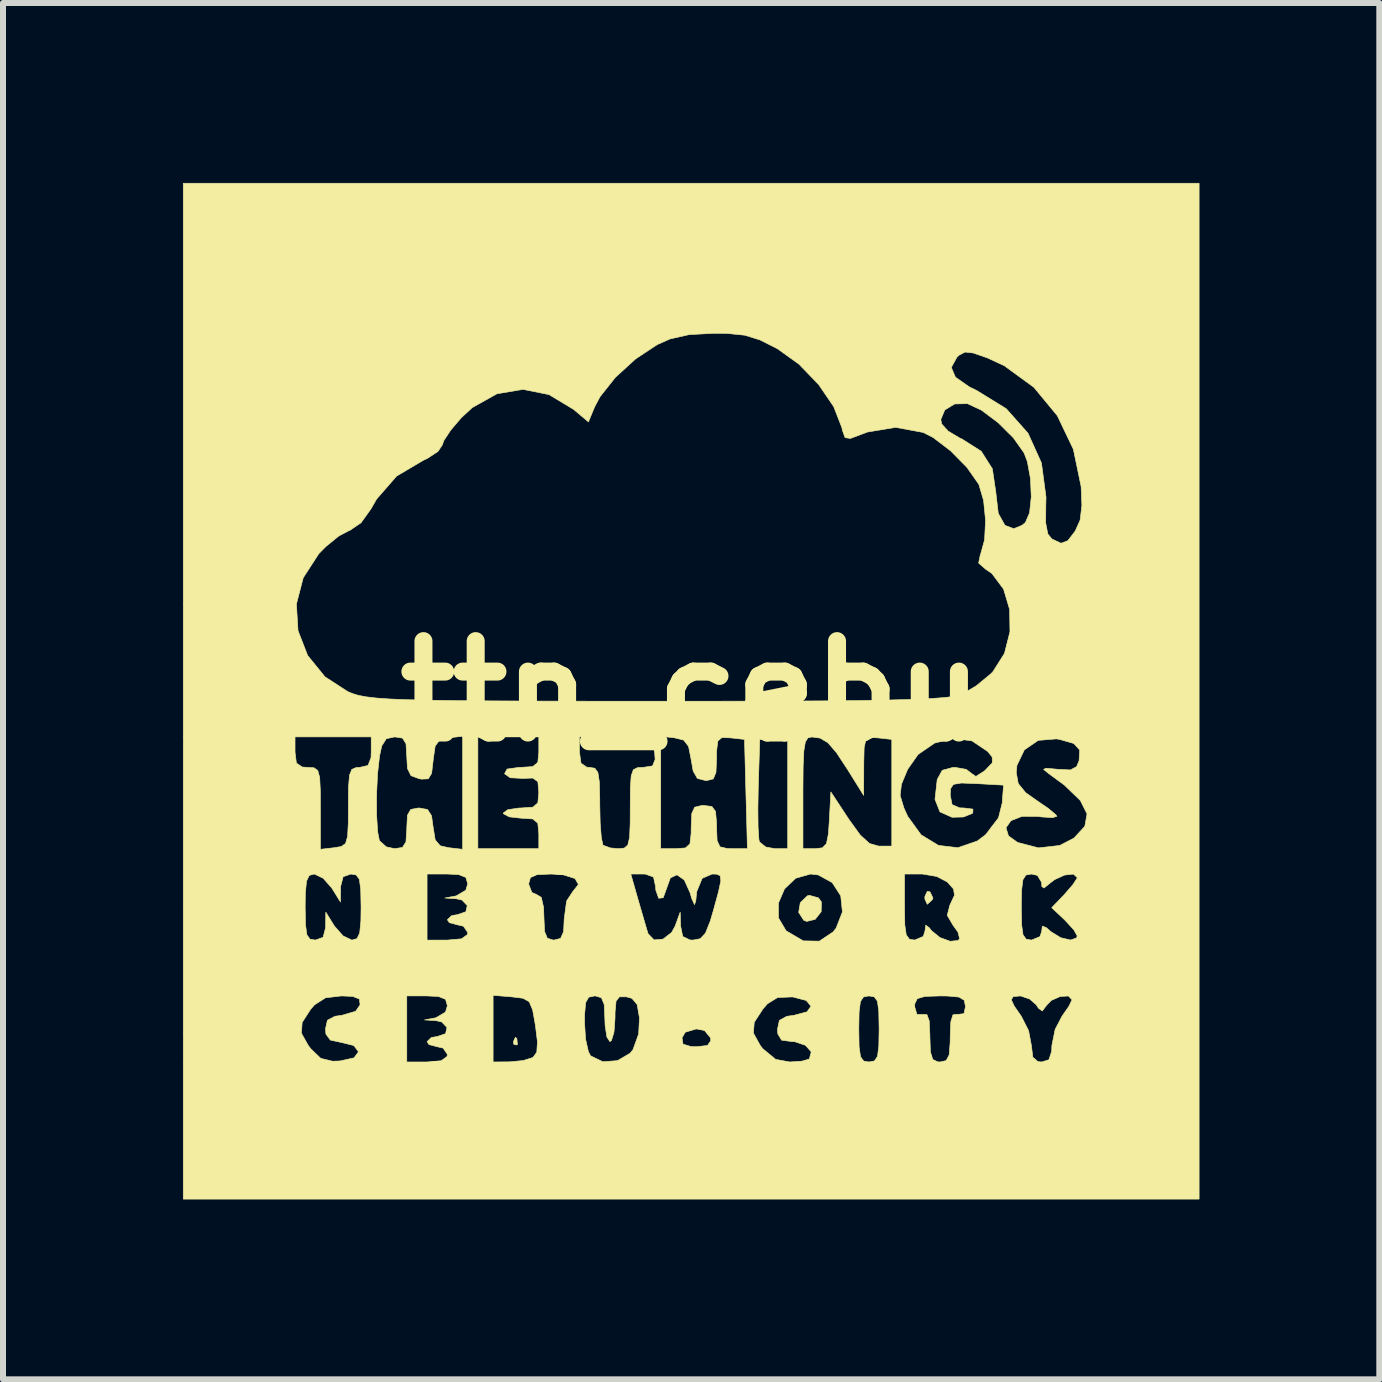
<source format=kicad_pcb>
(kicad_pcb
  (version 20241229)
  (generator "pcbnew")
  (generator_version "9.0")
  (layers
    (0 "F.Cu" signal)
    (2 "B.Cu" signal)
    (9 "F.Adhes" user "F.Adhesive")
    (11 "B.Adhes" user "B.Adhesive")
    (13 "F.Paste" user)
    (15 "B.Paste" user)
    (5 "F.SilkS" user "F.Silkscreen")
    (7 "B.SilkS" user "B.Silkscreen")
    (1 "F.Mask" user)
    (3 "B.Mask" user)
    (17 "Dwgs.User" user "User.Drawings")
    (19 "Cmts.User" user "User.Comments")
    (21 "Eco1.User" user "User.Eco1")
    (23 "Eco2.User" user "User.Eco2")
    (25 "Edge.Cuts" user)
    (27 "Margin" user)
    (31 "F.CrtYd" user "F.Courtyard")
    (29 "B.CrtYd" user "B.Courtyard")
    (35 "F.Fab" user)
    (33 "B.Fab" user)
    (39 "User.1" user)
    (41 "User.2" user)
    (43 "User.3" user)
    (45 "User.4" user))
  (footprint "ttn_cebu"
    (layer "F.Cu")
    (at 8.472 8.472)
    (property "Reference" "ttn_cebu" (at 0 0 0) (layer "F.SilkS") (effects (font (size 1.524 1.524) (thickness 0.3))))
    (attr through_hole)
    (fp_poly (pts (xy -2.907 5.786) (xy -2.897 5.886) (xy -2.907 5.898) (xy -2.957 5.887) (xy -2.963 5.842) (xy -2.932 5.772) (xy -2.907 5.786)) (stroke (width 0.01) (type solid)) (fill yes) (layer "F.SilkS"))
    (fp_poly (pts (xy 3.981 3.345) (xy 4.03 3.447) (xy 4.018 3.477) (xy 3.936 3.552) (xy 3.896 3.467) (xy 3.895 3.424) (xy 3.936 3.337) (xy 3.981 3.345)) (stroke (width 0.01) (type solid)) (fill yes) (layer "F.SilkS"))
    (fp_poly (pts (xy 2.121 3.445) (xy 2.171 3.514) (xy 2.167 3.676) (xy 2.067 3.803) (xy 1.926 3.838) (xy 1.876 3.818) (xy 1.792 3.687) (xy 1.819 3.525) (xy 1.936 3.412) (xy 1.97 3.403) (xy 2.121 3.445)) (stroke (width 0.01) (type solid)) (fill yes) (layer "F.SilkS"))
    (fp_poly (pts (xy 8.467 8.467) (xy -8.467 8.467) (xy -8.467 5.701) (xy -6.498 5.701) (xy -6.382 5.908) (xy -6.34 5.962) (xy -6.175 6.121) (xy -5.977 6.169) (xy -5.853 6.164) (xy -5.62 6.112) (xy -5.546 6.011) (xy -5.624 5.907) (xy -5.821 5.858) (xy -6.015 5.816) (xy -6.089 5.716) (xy -6.096 5.63) (xy -6.064 5.485) (xy -5.937 5.419) (xy -5.822 5.403) (xy -5.594 5.336) (xy -5.519 5.228) (xy -5.531 5.131) (xy -5.643 5.088) (xy -5.83 5.08) (xy -4.741 5.08) (xy -4.741 6.181) (xy -4.403 6.181) (xy -3.302 6.181) (xy -3.027 6.179) (xy -2.799 6.157) (xy -2.638 6.106) (xy -2.574 6.019) (xy -2.563 5.845) (xy -2.596 5.578) (xy -2.604 5.529) (xy -1.778 5.529) (xy -1.76 5.802) (xy -1.713 6.011) (xy -1.676 6.079) (xy -1.473 6.177) (xy -1.229 6.159) (xy -1.018 6.035) (xy -0.97 5.975) (xy -0.899 5.779) (xy -0.153 5.779) (xy -0.136 5.884) (xy -0.003 5.924) (xy 0.085 5.927) (xy 0.271 5.906) (xy 0.327 5.827) (xy 0.323 5.779) (xy 0.257 5.699) (xy 1.037 5.699) (xy 1.15 5.904) (xy 1.191 5.958) (xy 1.409 6.138) (xy 1.643 6.181) (xy 1.848 6.167) (xy 1.967 6.132) (xy 1.97 6.13) (xy 2.001 6.013) (xy 1.907 5.904) (xy 1.73 5.844) (xy 1.684 5.842) (xy 1.507 5.817) (xy 1.444 5.713) (xy 1.439 5.636) (xy 1.44 5.63) (xy 2.794 5.63) (xy 2.799 5.928) (xy 2.823 6.094) (xy 2.876 6.166) (xy 2.963 6.181) (xy 3.055 6.164) (xy 3.106 6.087) (xy 3.128 5.914) (xy 3.133 5.63) (xy 3.127 5.333) (xy 3.117 5.258) (xy 3.725 5.258) (xy 3.763 5.388) (xy 3.852 5.388) (xy 3.929 5.39) (xy 3.968 5.495) (xy 3.979 5.733) (xy 3.979 5.76) (xy 3.988 6.013) (xy 4.027 6.139) (xy 4.111 6.179) (xy 4.149 6.181) (xy 4.25 6.158) (xy 4.301 6.063) (xy 4.317 5.854) (xy 4.318 5.76) (xy 4.328 5.509) (xy 4.364 5.395) (xy 4.437 5.385) (xy 4.445 5.388) (xy 4.548 5.375) (xy 4.572 5.258) (xy 4.552 5.152) (xy 4.538 5.144) (xy 5.336 5.144) (xy 5.385 5.249) (xy 5.5 5.414) (xy 5.503 5.419) (xy 5.625 5.66) (xy 5.671 5.905) (xy 5.695 6.101) (xy 5.781 6.175) (xy 5.842 6.181) (xy 5.963 6.144) (xy 6.009 6.004) (xy 6.013 5.905) (xy 6.067 5.638) (xy 6.181 5.419) (xy 6.297 5.252) (xy 6.348 5.145) (xy 6.348 5.144) (xy 6.289 5.081) (xy 6.152 5.089) (xy 6.005 5.154) (xy 5.931 5.228) (xy 5.853 5.331) (xy 5.789 5.285) (xy 5.753 5.228) (xy 5.641 5.131) (xy 5.49 5.08) (xy 5.367 5.091) (xy 5.336 5.144) (xy 4.538 5.144) (xy 4.464 5.099) (xy 4.267 5.081) (xy 4.149 5.08) (xy 3.896 5.088) (xy 3.769 5.125) (xy 3.728 5.209) (xy 3.725 5.258) (xy 3.117 5.258) (xy 3.104 5.166) (xy 3.051 5.095) (xy 2.963 5.08) (xy 2.872 5.097) (xy 2.821 5.174) (xy 2.799 5.347) (xy 2.794 5.63) (xy 1.44 5.63) (xy 1.47 5.488) (xy 1.593 5.42) (xy 1.714 5.403) (xy 1.931 5.345) (xy 1.997 5.251) (xy 1.918 5.156) (xy 1.697 5.098) (xy 1.682 5.097) (xy 1.441 5.106) (xy 1.271 5.211) (xy 1.195 5.299) (xy 1.051 5.52) (xy 1.037 5.699) (xy 0.257 5.699) (xy 0.222 5.656) (xy 0.085 5.63) (xy -0.099 5.685) (xy -0.153 5.779) (xy -0.899 5.779) (xy -0.876 5.714) (xy -0.862 5.446) (xy -0.901 5.224) (xy -0.987 5.121) (xy -1.079 5.095) (xy -1.196 5.095) (xy -1.252 5.166) (xy -1.269 5.349) (xy -1.27 5.455) (xy -1.287 5.684) (xy -1.329 5.823) (xy -1.355 5.842) (xy -1.405 5.766) (xy -1.435 5.575) (xy -1.439 5.461) (xy -1.45 5.223) (xy -1.496 5.11) (xy -1.597 5.08) (xy -1.609 5.08) (xy -1.708 5.101) (xy -1.759 5.191) (xy -1.777 5.391) (xy -1.778 5.529) (xy -2.604 5.529) (xy -2.642 5.316) (xy -2.7 5.177) (xy -2.803 5.119) (xy -2.985 5.096) (xy -3.302 5.07) (xy -3.302 6.181) (xy -4.403 6.181) (xy -4.167 6.16) (xy -4.07 6.09) (xy -4.064 6.054) (xy -4.135 5.95) (xy -4.233 5.927) (xy -4.371 5.891) (xy -4.403 5.842) (xy -4.332 5.773) (xy -4.233 5.757) (xy -4.094 5.709) (xy -4.071 5.606) (xy -4.158 5.514) (xy -4.255 5.492) (xy -4.445 5.48) (xy -4.255 5.444) (xy -4.096 5.35) (xy -4.064 5.243) (xy -4.095 5.136) (xy -4.215 5.089) (xy -4.403 5.08) (xy -4.741 5.08) (xy -5.83 5.08) (xy -6.095 5.111) (xy -6.278 5.228) (xy -6.344 5.303) (xy -6.485 5.522) (xy -6.498 5.701) (xy -8.467 5.701) (xy -8.467 3.598) (xy -6.435 3.598) (xy -6.429 3.896) (xy -6.406 4.062) (xy -6.353 4.134) (xy -6.265 4.149) (xy -6.136 4.103) (xy -6.094 3.941) (xy -6.094 3.916) (xy -6.091 3.683) (xy -5.947 3.916) (xy -5.803 4.079) (xy -5.657 4.149) (xy -5.653 4.149) (xy -5.571 4.125) (xy -5.526 4.031) (xy -5.506 3.829) (xy -5.503 3.598) (xy -5.509 3.301) (xy -5.532 3.134) (xy -5.585 3.063) (xy -5.673 3.048) (xy -4.403 3.048) (xy -4.403 4.149) (xy -4.064 4.149) (xy -3.829 4.128) (xy -3.731 4.058) (xy -3.725 4.022) (xy -3.796 3.918) (xy -3.895 3.895) (xy -4.032 3.859) (xy -4.064 3.81) (xy -3.993 3.741) (xy -3.895 3.725) (xy -3.756 3.677) (xy -3.733 3.574) (xy -3.82 3.482) (xy -3.916 3.46) (xy -4.106 3.448) (xy -3.916 3.412) (xy -3.757 3.318) (xy -3.727 3.217) (xy -2.709 3.217) (xy -2.656 3.355) (xy -2.582 3.387) (xy -2.499 3.437) (xy -2.46 3.606) (xy -2.455 3.768) (xy -2.444 4.006) (xy -2.398 4.118) (xy -2.298 4.149) (xy -2.286 4.149) (xy -2.177 4.121) (xy -2.127 4.01) (xy -2.117 3.798) (xy -2.077 3.498) (xy -1.977 3.345) (xy -1.88 3.222) (xy -1.936 3.123) (xy -2.129 3.062) (xy -2.333 3.048) (xy -1.007 3.048) (xy -0.88 3.493) (xy -0.802 3.761) (xy -0.741 3.97) (xy -0.718 4.043) (xy -0.619 4.146) (xy -0.469 4.133) (xy -0.326 4.022) (xy -0.268 3.916) (xy -0.183 3.683) (xy -0.176 3.916) (xy -0.141 4.089) (xy -0.02 4.147) (xy 0.031 4.149) (xy 0.151 4.126) (xy 0.238 4.033) (xy 0.318 3.833) (xy 0.37 3.656) (xy 0.404 3.533) (xy 1.454 3.533) (xy 1.456 3.781) (xy 1.581 3.992) (xy 1.587 3.997) (xy 1.869 4.162) (xy 2.136 4.167) (xy 2.366 4.013) (xy 2.416 3.95) (xy 2.521 3.68) (xy 2.493 3.411) (xy 2.351 3.191) (xy 2.118 3.063) (xy 1.99 3.048) (xy 3.556 3.048) (xy 3.556 3.598) (xy 3.561 3.896) (xy 3.585 4.062) (xy 3.638 4.134) (xy 3.725 4.149) (xy 3.869 4.088) (xy 3.897 4) (xy 3.91 3.9) (xy 3.968 3.943) (xy 4.005 3.991) (xy 4.147 4.107) (xy 4.318 4.169) (xy 4.449 4.156) (xy 4.475 4.126) (xy 4.447 4.016) (xy 4.362 3.897) (xy 4.268 3.736) (xy 4.304 3.598) (xy 5.503 3.598) (xy 5.509 3.896) (xy 5.532 4.062) (xy 5.585 4.134) (xy 5.673 4.149) (xy 5.814 4.091) (xy 5.842 4.009) (xy 5.854 3.916) (xy 5.919 3.941) (xy 5.997 4.009) (xy 6.161 4.11) (xy 6.324 4.148) (xy 6.425 4.113) (xy 6.435 4.079) (xy 6.379 3.979) (xy 6.241 3.828) (xy 6.222 3.809) (xy 6.01 3.609) (xy 6.222 3.388) (xy 6.362 3.226) (xy 6.433 3.117) (xy 6.435 3.107) (xy 6.372 3.049) (xy 6.225 3.065) (xy 6.057 3.142) (xy 5.997 3.188) (xy 5.882 3.281) (xy 5.845 3.256) (xy 5.842 3.188) (xy 5.772 3.071) (xy 5.673 3.048) (xy 5.581 3.065) (xy 5.53 3.142) (xy 5.508 3.315) (xy 5.503 3.598) (xy 4.304 3.598) (xy 4.311 3.569) (xy 4.389 3.402) (xy 4.374 3.298) (xy 4.27 3.181) (xy 4.095 3.089) (xy 3.857 3.048) (xy 3.846 3.048) (xy 3.556 3.048) (xy 1.99 3.048) (xy 1.742 3.118) (xy 1.556 3.296) (xy 1.454 3.533) (xy 0.404 3.533) (xy 0.455 3.346) (xy 0.494 3.165) (xy 0.485 3.078) (xy 0.426 3.05) (xy 0.348 3.048) (xy 0.183 3.12) (xy 0.093 3.339) (xy 0.076 3.499) (xy 0.055 3.558) (xy 0.009 3.456) (xy -0.018 3.361) (xy -0.115 3.147) (xy -0.237 3.061) (xy -0.347 3.112) (xy -0.408 3.282) (xy -0.466 3.443) (xy -0.542 3.452) (xy -0.59 3.315) (xy -0.593 3.26) (xy -0.628 3.098) (xy -0.765 3.049) (xy -0.8 3.048) (xy -1.007 3.048) (xy -2.333 3.048) (xy -2.57 3.059) (xy -2.68 3.107) (xy -2.709 3.209) (xy -2.709 3.217) (xy -3.727 3.217) (xy -3.725 3.211) (xy -3.756 3.104) (xy -3.877 3.057) (xy -4.064 3.048) (xy -4.403 3.048) (xy -5.673 3.048) (xy -5.802 3.093) (xy -5.844 3.255) (xy -5.844 3.281) (xy -5.847 3.514) (xy -5.991 3.281) (xy -6.135 3.118) (xy -6.281 3.048) (xy -6.285 3.048) (xy -6.367 3.071) (xy -6.412 3.166) (xy -6.432 3.368) (xy -6.435 3.598) (xy -8.467 3.598) (xy -8.467 0.762) (xy -6.604 0.762) (xy -6.604 1.016) (xy -6.581 1.198) (xy -6.484 1.264) (xy -6.392 1.27) (xy -6.288 1.277) (xy -6.225 1.321) (xy -6.193 1.437) (xy -6.182 1.659) (xy -6.181 1.953) (xy -6.181 2.636) (xy -5.948 2.609) (xy -5.831 2.589) (xy -5.762 2.539) (xy -5.728 2.422) (xy -5.716 2.201) (xy -5.715 1.926) (xy -5.713 1.726) (xy -5.245 1.726) (xy -5.244 2.069) (xy -5.226 2.347) (xy -5.198 2.491) (xy -5.082 2.595) (xy -4.944 2.625) (xy -4.813 2.605) (xy -4.755 2.513) (xy -4.741 2.303) (xy -4.741 2.286) (xy -4.73 2.068) (xy -4.675 1.971) (xy -4.548 1.947) (xy -4.535 1.947) (xy -4.395 1.972) (xy -4.328 2.077) (xy -4.302 2.265) (xy -4.267 2.479) (xy -4.184 2.577) (xy -4.043 2.609) (xy -3.81 2.636) (xy -3.81 0.762) (xy -3.556 0.762) (xy -3.556 2.625) (xy -2.54 2.625) (xy -2.54 2.371) (xy -2.557 2.2) (xy -2.64 2.13) (xy -2.836 2.117) (xy -3.032 2.095) (xy -3.13 2.043) (xy -3.133 2.032) (xy -3.058 1.976) (xy -2.875 1.948) (xy -2.836 1.947) (xy -2.637 1.933) (xy -2.556 1.861) (xy -2.54 1.687) (xy -2.556 1.509) (xy -2.639 1.448) (xy -2.808 1.454) (xy -3.017 1.443) (xy -3.111 1.376) (xy -3.069 1.298) (xy -2.869 1.27) (xy -2.843 1.27) (xy -2.641 1.257) (xy -2.557 1.188) (xy -2.54 1.022) (xy -2.54 1.016) (xy -2.54 1.012) (xy -1.863 1.012) (xy -1.837 1.2) (xy -1.741 1.267) (xy -1.693 1.27) (xy -1.606 1.285) (xy -1.555 1.355) (xy -1.531 1.514) (xy -1.524 1.799) (xy -1.524 1.891) (xy -1.517 2.201) (xy -1.498 2.441) (xy -1.471 2.564) (xy -1.468 2.568) (xy -1.346 2.613) (xy -1.214 2.625) (xy -0.508 2.625) (xy -0.254 2.625) (xy -0.095 2.613) (xy -0.021 2.545) (xy -0.001 2.374) (xy 0 2.265) (xy 0.01 2.038) (xy 0.058 1.934) (xy 0.172 1.906) (xy 0.212 1.905) (xy 0.345 1.922) (xy 0.406 2.004) (xy 0.423 2.198) (xy 0.423 2.265) (xy 0.432 2.491) (xy 0.48 2.594) (xy 0.601 2.623) (xy 0.68 2.625) (xy 0.937 2.625) (xy 0.92 1.963) (xy 1.112 1.963) (xy 1.115 2.265) (xy 1.128 2.464) (xy 1.137 2.512) (xy 1.245 2.598) (xy 1.394 2.625) (xy 1.609 2.625) (xy 1.609 1.693) (xy 1.863 1.693) (xy 1.863 2.625) (xy 2.07 2.625) (xy 2.189 2.611) (xy 2.255 2.541) (xy 2.288 2.376) (xy 2.303 2.152) (xy 2.328 1.679) (xy 2.625 2.131) (xy 2.818 2.398) (xy 2.973 2.539) (xy 3.123 2.582) (xy 3.133 2.582) (xy 3.344 2.582) (xy 3.344 1.739) (xy 3.483 1.739) (xy 3.546 1.947) (xy 3.609 2.086) (xy 3.832 2.394) (xy 4.123 2.571) (xy 4.446 2.609) (xy 4.768 2.498) (xy 4.909 2.392) (xy 4.997 2.276) (xy 5.248 2.276) (xy 5.289 2.412) (xy 5.44 2.521) (xy 5.79 2.612) (xy 6.143 2.572) (xy 6.381 2.449) (xy 6.562 2.252) (xy 6.599 2.046) (xy 6.487 1.822) (xy 6.221 1.565) (xy 5.959 1.373) (xy 5.875 1.304) (xy 5.915 1.284) (xy 6.101 1.301) (xy 6.109 1.302) (xy 6.321 1.313) (xy 6.425 1.258) (xy 6.466 1.159) (xy 6.477 0.982) (xy 6.379 0.872) (xy 6.142 0.804) (xy 6.089 0.795) (xy 5.786 0.82) (xy 5.554 0.978) (xy 5.43 1.237) (xy 5.419 1.357) (xy 5.452 1.54) (xy 5.576 1.692) (xy 5.757 1.82) (xy 5.956 1.956) (xy 6.078 2.059) (xy 6.096 2.086) (xy 6.023 2.108) (xy 5.84 2.096) (xy 5.784 2.088) (xy 5.517 2.086) (xy 5.331 2.158) (xy 5.248 2.276) (xy 4.997 2.276) (xy 5.123 2.111) (xy 5.185 1.863) (xy 5.207 1.566) (xy 4.763 1.541) (xy 4.504 1.531) (xy 4.372 1.553) (xy 4.324 1.624) (xy 4.318 1.731) (xy 4.349 1.891) (xy 4.475 1.945) (xy 4.547 1.947) (xy 4.697 1.966) (xy 4.694 2.028) (xy 4.684 2.039) (xy 4.539 2.097) (xy 4.349 2.102) (xy 4.147 2.012) (xy 4.064 1.803) (xy 4.101 1.475) (xy 4.101 1.473) (xy 4.185 1.319) (xy 4.363 1.271) (xy 4.397 1.27) (xy 4.585 1.303) (xy 4.68 1.376) (xy 4.746 1.421) (xy 4.884 1.333) (xy 4.899 1.32) (xy 5.02 1.194) (xy 5.018 1.098) (xy 4.942 1.004) (xy 4.682 0.829) (xy 4.373 0.786) (xy 4.058 0.865) (xy 3.782 1.055) (xy 3.61 1.3) (xy 3.505 1.551) (xy 3.483 1.739) (xy 3.344 1.739) (xy 3.344 0.804) (xy 3.111 0.778) (xy 2.981 0.77) (xy 2.911 0.812) (xy 2.883 0.942) (xy 2.877 1.198) (xy 2.877 1.243) (xy 2.875 1.736) (xy 2.611 1.312) (xy 2.423 1.026) (xy 2.279 0.859) (xy 2.149 0.782) (xy 2.011 0.763) (xy 1.946 0.779) (xy 1.903 0.847) (xy 1.878 0.996) (xy 1.866 1.254) (xy 1.863 1.65) (xy 1.863 1.693) (xy 1.609 1.693) (xy 1.609 0.751) (xy 1.376 0.778) (xy 1.143 0.804) (xy 1.118 1.602) (xy 1.112 1.963) (xy 0.92 1.963) (xy 0.913 1.714) (xy 0.889 0.804) (xy 0.656 0.778) (xy 0.512 0.773) (xy 0.444 0.831) (xy 0.424 0.995) (xy 0.423 1.123) (xy 0.413 1.355) (xy 0.368 1.462) (xy 0.265 1.489) (xy 0.233 1.488) (xy 0.103 1.454) (xy 0.033 1.331) (xy 0 1.143) (xy -0.044 0.92) (xy -0.126 0.815) (xy -0.275 0.778) (xy -0.508 0.751) (xy -0.508 2.625) (xy -1.214 2.625) (xy -1.116 2.616) (xy -1.057 2.566) (xy -1.027 2.44) (xy -1.017 2.205) (xy -1.016 1.947) (xy -1.014 1.611) (xy -1 1.41) (xy -0.964 1.309) (xy -0.893 1.274) (xy -0.799 1.27) (xy -0.644 1.246) (xy -0.601 1.137) (xy -0.608 1.037) (xy -0.63 0.917) (xy -0.687 0.845) (xy -0.816 0.807) (xy -1.055 0.788) (xy -1.249 0.779) (xy -1.863 0.755) (xy -1.863 1.012) (xy -2.54 1.012) (xy -2.54 0.762) (xy -3.556 0.762) (xy -3.81 0.762) (xy -3.81 0.751) (xy -4.043 0.778) (xy -4.194 0.815) (xy -4.268 0.915) (xy -4.299 1.13) (xy -4.301 1.152) (xy -4.327 1.37) (xy -4.382 1.461) (xy -4.498 1.466) (xy -4.534 1.459) (xy -4.671 1.408) (xy -4.73 1.288) (xy -4.741 1.091) (xy -4.754 0.876) (xy -4.812 0.782) (xy -4.942 0.762) (xy -5.082 0.792) (xy -5.158 0.912) (xy -5.195 1.079) (xy -5.228 1.377) (xy -5.245 1.726) (xy -5.713 1.726) (xy -5.712 1.596) (xy -5.696 1.4) (xy -5.657 1.304) (xy -5.585 1.273) (xy -5.524 1.27) (xy -5.387 1.238) (xy -5.337 1.108) (xy -5.334 1.016) (xy -5.334 0.762) (xy -6.604 0.762) (xy -8.467 0.762) (xy -8.467 -1.452) (xy -6.581 -1.452) (xy -6.554 -1.008) (xy -6.393 -0.594) (xy -6.105 -0.24) (xy -5.722 0.009) (xy -5.639 0.042) (xy -5.543 0.071) (xy -5.418 0.094) (xy -5.251 0.114) (xy -5.028 0.13) (xy -4.735 0.142) (xy -4.358 0.151) (xy -3.884 0.158) (xy -3.297 0.162) (xy -2.586 0.165) (xy -1.734 0.167) (xy -0.73 0.167) (xy -0.569 0.167) (xy 0.495 0.167) (xy 1.402 0.165) (xy 2.164 0.162) (xy 2.795 0.156) (xy 3.305 0.147) (xy 3.709 0.136) (xy 4.017 0.122) (xy 4.243 0.104) (xy 4.399 0.083) (xy 4.498 0.058) (xy 4.511 0.053) (xy 4.752 -0.089) (xy 4.993 -0.288) (xy 5.029 -0.324) (xy 5.222 -0.629) (xy 5.314 -0.991) (xy 5.308 -1.364) (xy 5.207 -1.702) (xy 5.014 -1.961) (xy 4.909 -2.033) (xy 4.792 -2.135) (xy 4.82 -2.275) (xy 4.825 -2.284) (xy 4.891 -2.524) (xy 4.907 -2.849) (xy 4.874 -3.181) (xy 4.796 -3.445) (xy 4.791 -3.454) (xy 4.597 -3.73) (xy 4.325 -4.006) (xy 4.036 -4.227) (xy 3.868 -4.313) (xy 3.409 -4.398) (xy 2.938 -4.32) (xy 2.843 -4.284) (xy 2.653 -4.213) (xy 2.565 -4.227) (xy 2.522 -4.345) (xy 2.512 -4.393) (xy 2.459 -4.529) (xy 4.161 -4.529) (xy 4.176 -4.454) (xy 4.283 -4.336) (xy 4.48 -4.218) (xy 4.515 -4.203) (xy 4.835 -4) (xy 5.02 -3.708) (xy 5.08 -3.307) (xy 5.08 -3.3) (xy 5.119 -2.965) (xy 5.23 -2.765) (xy 5.376 -2.709) (xy 5.513 -2.764) (xy 5.571 -2.811) (xy 5.641 -2.973) (xy 5.669 -3.238) (xy 5.656 -3.543) (xy 5.604 -3.827) (xy 5.55 -3.971) (xy 5.371 -4.224) (xy 5.115 -4.478) (xy 4.838 -4.685) (xy 4.606 -4.793) (xy 4.391 -4.788) (xy 4.227 -4.687) (xy 4.161 -4.529) (xy 2.459 -4.529) (xy 2.376 -4.743) (xy 2.125 -5.111) (xy 1.849 -5.397) (xy 4.336 -5.397) (xy 4.405 -5.234) (xy 4.639 -5.071) (xy 4.757 -5.014) (xy 5.252 -4.709) (xy 5.615 -4.3) (xy 5.839 -3.804) (xy 5.915 -3.234) (xy 5.912 -3.126) (xy 5.909 -2.808) (xy 5.945 -2.621) (xy 6.012 -2.538) (xy 6.165 -2.466) (xy 6.279 -2.509) (xy 6.402 -2.67) (xy 6.484 -2.853) (xy 6.513 -3.1) (xy 6.5 -3.412) (xy 6.371 -4.033) (xy 6.103 -4.593) (xy 5.712 -5.066) (xy 5.218 -5.426) (xy 4.935 -5.557) (xy 4.701 -5.638) (xy 4.565 -5.653) (xy 4.467 -5.602) (xy 4.429 -5.566) (xy 4.336 -5.397) (xy 1.849 -5.397) (xy 1.798 -5.45) (xy 1.439 -5.708) (xy 1.148 -5.855) (xy 0.894 -5.934) (xy 0.597 -5.964) (xy 0.381 -5.966) (xy -0.034 -5.944) (xy -0.352 -5.872) (xy -0.567 -5.777) (xy -0.929 -5.537) (xy -1.264 -5.231) (xy -1.52 -4.908) (xy -1.61 -4.738) (xy -1.713 -4.489) (xy -1.96 -4.697) (xy -2.37 -4.944) (xy -2.803 -5.031) (xy -3.237 -4.958) (xy -3.648 -4.728) (xy -3.831 -4.56) (xy -4.009 -4.351) (xy -4.124 -4.176) (xy -4.149 -4.104) (xy -4.22 -3.997) (xy -4.398 -3.88) (xy -4.465 -3.849) (xy -4.911 -3.585) (xy -5.245 -3.201) (xy -5.339 -3.037) (xy -5.504 -2.807) (xy -5.689 -2.681) (xy -5.701 -2.678) (xy -5.874 -2.587) (xy -6.09 -2.411) (xy -6.206 -2.294) (xy -6.467 -1.891) (xy -6.581 -1.452) (xy -8.467 -1.452) (xy -8.467 -8.467) (xy 8.467 -8.467) (xy 8.467 8.467)) (stroke (width 0.01) (type solid)) (fill yes) (layer "F.SilkS")))
  (gr_rect
    (start -3 -3)
    (end 19.943 19.943)
    (stroke (width 0.1) (type default))
    (fill no)
    (layer "Edge.Cuts")))
</source>
